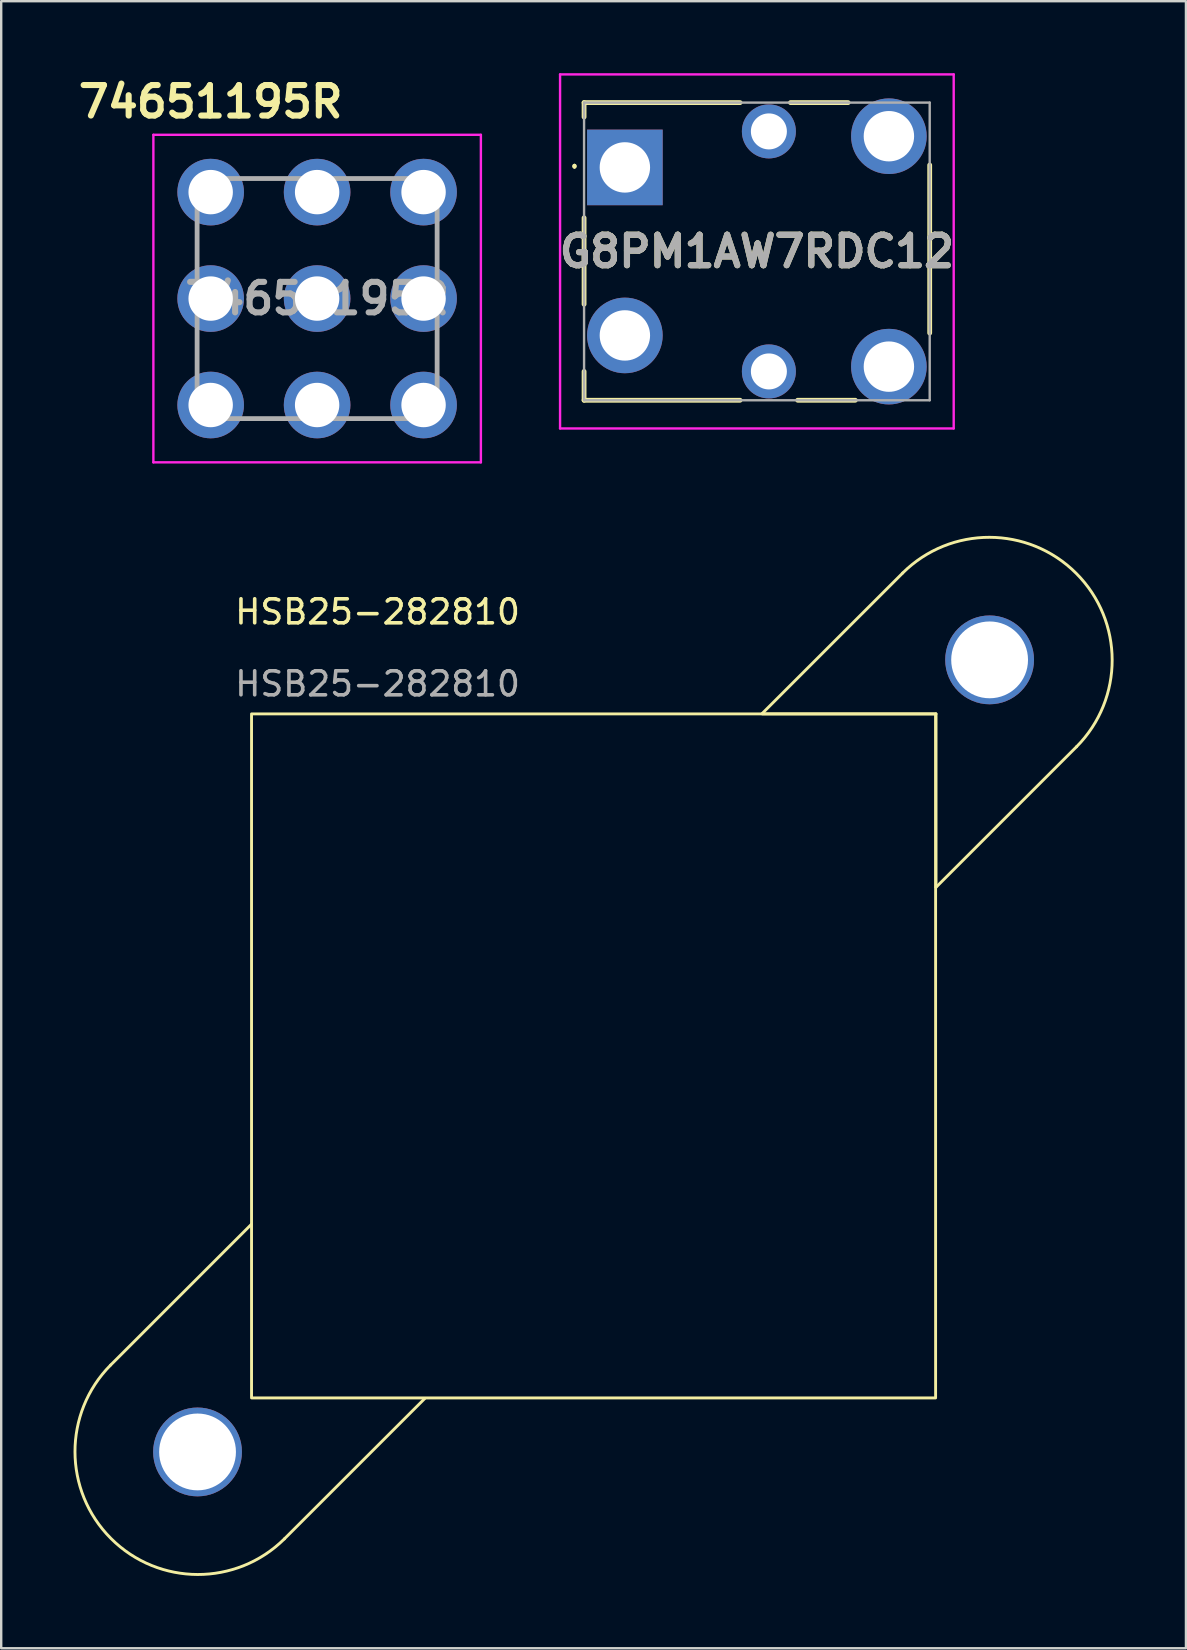
<source format=kicad_pcb>
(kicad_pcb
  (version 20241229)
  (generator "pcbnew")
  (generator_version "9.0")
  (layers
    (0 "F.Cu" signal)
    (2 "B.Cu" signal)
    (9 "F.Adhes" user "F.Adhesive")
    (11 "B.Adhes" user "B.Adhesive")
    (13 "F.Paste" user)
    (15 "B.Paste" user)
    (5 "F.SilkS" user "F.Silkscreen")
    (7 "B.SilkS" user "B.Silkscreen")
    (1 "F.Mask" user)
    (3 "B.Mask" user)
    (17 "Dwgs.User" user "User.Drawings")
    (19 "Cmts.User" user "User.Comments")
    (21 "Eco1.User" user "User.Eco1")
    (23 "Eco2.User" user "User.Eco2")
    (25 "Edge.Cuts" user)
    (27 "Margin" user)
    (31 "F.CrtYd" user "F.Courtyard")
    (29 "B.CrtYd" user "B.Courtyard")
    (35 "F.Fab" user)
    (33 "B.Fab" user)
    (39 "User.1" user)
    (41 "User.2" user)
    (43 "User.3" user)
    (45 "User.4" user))
  (footprint "HSB25-282810"
    (layer "F.Cu")
    (at 21.68 40.942)
    (property "Reference" "HSB25-282810" (at -9 -18.5 0) (unlocked yes) (layer "F.SilkS") (effects (font (size 1 1) (thickness 0.15))))
    (attr through_hole)
    (fp_line (start -20.12 12.88) (end -14.267 7.026) (stroke (width 0.12) (type default)) (layer "F.SilkS"))
    (fp_line (start -12.88 20.12) (end -7.028 14.269) (stroke (width 0.12) (type default)) (layer "F.SilkS"))
    (fp_line (start 12.88 -20.12) (end 7.028 -14.269) (stroke (width 0.12) (type default)) (layer "F.SilkS"))
    (fp_line (start 14.267 -14.25) (end 7.028 -14.25) (stroke (width 0.12) (type default)) (layer "F.SilkS"))
    (fp_line (start 14.267 -7.026) (end 14.267 -14.25) (stroke (width 0.12) (type default)) (layer "F.SilkS"))
    (fp_line (start 20.12 -12.88) (end 14.267 -7.026) (stroke (width 0.12) (type default)) (layer "F.SilkS"))
    (fp_rect (start -14.25 -14.25) (end 14.25 14.25) (stroke (width 0.12) (type default)) (fill no) (layer "F.SilkS"))
    (fp_arc (start -12.879503 20.120497) (mid -20.120497 20.120497) (end -20.120497 12.879503) (stroke (width 0.12) (type default)) (layer "F.SilkS"))
    (fp_arc (start 12.879503 -20.120497) (mid 20.120497 -20.120497) (end 20.120497 -12.879503) (stroke (width 0.12) (type default)) (layer "F.SilkS"))
    (fp_text user "${REFERENCE}" (at -9 -15.5 0) (unlocked yes) (layer "F.Fab") (effects (font (size 1 1) (thickness 0.15))))
    (pad "1" thru_hole circle (at -16.5 16.5) (size 3.7 3.7) (drill 3.2) (property pad_prop_heatsink) (layers "*.Cu" "*.Mask"))
    (pad "1" thru_hole circle (at 16.5 -16.5) (size 3.7 3.7) (drill 3.2) (property pad_prop_heatsink) (layers "*.Cu" "*.Mask")))
  (footprint "74651195R"
    (layer "F.Cu")
    (at 5.727 13.889)
    (property "Reference" "74651195R" (at 0 -12.7 0) (layer "F.SilkS") (effects (font (size 1.27 1.27) (thickness 0.254))))
    (attr through_hole)
    (fp_line (start -0.565 -6.5) (end -0.565 -7) (stroke (width 0.1) (type solid)) (layer "F.SilkS"))
    (fp_line (start -0.565 -2) (end -0.565 -2.5) (stroke (width 0.1) (type solid)) (layer "F.SilkS"))
    (fp_line (start 1.935 -9.5) (end 2.435 -9.5) (stroke (width 0.1) (type solid)) (layer "F.SilkS"))
    (fp_line (start 1.935 0.5) (end 2.435 0.5) (stroke (width 0.1) (type solid)) (layer "F.SilkS"))
    (fp_line (start 6.435 -9.5) (end 6.935 -9.5) (stroke (width 0.1) (type solid)) (layer "F.SilkS"))
    (fp_line (start 6.435 0.5) (end 6.935 0.5) (stroke (width 0.1) (type solid)) (layer "F.SilkS"))
    (fp_line (start 9.435 -7) (end 9.435 -6.5) (stroke (width 0.1) (type solid)) (layer "F.SilkS"))
    (fp_line (start 9.435 -2.5) (end 9.435 -2) (stroke (width 0.1) (type solid)) (layer "F.SilkS"))
    (fp_line (start -2.387 -11.322) (end 11.258 -11.322) (stroke (width 0.1) (type solid)) (layer "F.CrtYd"))
    (fp_line (start -2.387 2.323) (end -2.387 -11.322) (stroke (width 0.1) (type solid)) (layer "F.CrtYd"))
    (fp_line (start 11.258 -11.322) (end 11.258 2.323) (stroke (width 0.1) (type solid)) (layer "F.CrtYd"))
    (fp_line (start 11.258 2.323) (end -2.387 2.323) (stroke (width 0.1) (type solid)) (layer "F.CrtYd"))
    (fp_line (start -0.565 -9.5) (end 9.435 -9.5) (stroke (width 0.2) (type solid)) (layer "F.Fab"))
    (fp_line (start -0.565 0.5) (end -0.565 -9.5) (stroke (width 0.2) (type solid)) (layer "F.Fab"))
    (fp_line (start 9.435 -9.5) (end 9.435 0.5) (stroke (width 0.2) (type solid)) (layer "F.Fab"))
    (fp_line (start 9.435 0.5) (end -0.565 0.5) (stroke (width 0.2) (type solid)) (layer "F.Fab"))
    (fp_text user "${REFERENCE}" (at 4.435 -4.5 0) (layer "F.Fab") (effects (font (size 1.27 1.27) (thickness 0.254))))
    (pad "1" thru_hole circle (at 0 -8.935) (size 2.775 2.775) (drill 1.85) (layers "*.Cu" "*.Mask"))
    (pad "1" thru_hole circle (at 0 -4.5) (size 2.775 2.775) (drill 1.85) (layers "*.Cu" "*.Mask"))
    (pad "1" thru_hole circle (at 0 -0.065) (size 2.775 2.775) (drill 1.85) (layers "*.Cu" "*.Mask"))
    (pad "1" thru_hole circle (at 4.435 -8.935) (size 2.775 2.775) (drill 1.85) (layers "*.Cu" "*.Mask"))
    (pad "1" thru_hole circle (at 4.435 -4.5) (size 2.775 2.775) (drill 1.85) (layers "*.Cu" "*.Mask"))
    (pad "1" thru_hole circle (at 4.435 -0.065) (size 2.775 2.775) (drill 1.85) (layers "*.Cu" "*.Mask"))
    (pad "1" thru_hole circle (at 8.87 -8.935) (size 2.775 2.775) (drill 1.85) (layers "*.Cu" "*.Mask"))
    (pad "1" thru_hole circle (at 8.87 -4.5) (size 2.775 2.775) (drill 1.85) (layers "*.Cu" "*.Mask"))
    (pad "1" thru_hole circle (at 8.87 -0.065) (size 2.775 2.775) (drill 1.85) (layers "*.Cu" "*.Mask")))
  (footprint "G8PM1AW7RDC12"
    (layer "F.Cu")
    (at 22.984 3.925)
    (property "Reference" "G8PM1AW7RDC12" (at 5.5 3.5 0) (layer "F.SilkS") (effects (font (size 1.27 1.27) (thickness 0.254))))
    (attr through_hole)
    (fp_line (start -2.1 -0.1) (end -2.1 -0.1) (stroke (width 0.1) (type solid)) (layer "F.SilkS"))
    (fp_line (start -2.1 0) (end -2.1 0) (stroke (width 0.1) (type solid)) (layer "F.SilkS"))
    (fp_line (start -1.7 -2.7) (end 4.8 -2.7) (stroke (width 0.2) (type solid)) (layer "F.SilkS"))
    (fp_line (start -1.7 -2.1) (end -1.7 -2.7) (stroke (width 0.2) (type solid)) (layer "F.SilkS"))
    (fp_line (start -1.7 2.1) (end -1.7 5.7) (stroke (width 0.2) (type solid)) (layer "F.SilkS"))
    (fp_line (start -1.7 8.5) (end -1.7 9.7) (stroke (width 0.2) (type solid)) (layer "F.SilkS"))
    (fp_line (start -1.7 9.7) (end 4.8 9.7) (stroke (width 0.2) (type solid)) (layer "F.SilkS"))
    (fp_line (start 6.9 -2.7) (end 9.3 -2.7) (stroke (width 0.2) (type solid)) (layer "F.SilkS"))
    (fp_line (start 7.2 9.7) (end 9.6 9.7) (stroke (width 0.2) (type solid)) (layer "F.SilkS"))
    (fp_line (start 12.7 -0.1) (end 12.7 6.9) (stroke (width 0.2) (type solid)) (layer "F.SilkS"))
    (fp_arc (start -2.1 -0.1) (mid -2.05 -0.05) (end -2.1 0) (stroke (width 0.1) (type solid)) (layer "F.SilkS"))
    (fp_arc (start -2.1 0) (mid -2.15 -0.05) (end -2.1 -0.1) (stroke (width 0.1) (type solid)) (layer "F.SilkS"))
    (fp_line (start -2.7 -3.875) (end 13.7 -3.875) (stroke (width 0.1) (type solid)) (layer "F.CrtYd"))
    (fp_line (start -2.7 10.875) (end -2.7 -3.875) (stroke (width 0.1) (type solid)) (layer "F.CrtYd"))
    (fp_line (start 13.7 -3.875) (end 13.7 10.875) (stroke (width 0.1) (type solid)) (layer "F.CrtYd"))
    (fp_line (start 13.7 10.875) (end -2.7 10.875) (stroke (width 0.1) (type solid)) (layer "F.CrtYd"))
    (fp_line (start -1.7 -2.7) (end 12.7 -2.7) (stroke (width 0.1) (type solid)) (layer "F.Fab"))
    (fp_line (start -1.7 9.7) (end -1.7 -2.7) (stroke (width 0.1) (type solid)) (layer "F.Fab"))
    (fp_line (start 12.7 -2.7) (end 12.7 9.7) (stroke (width 0.1) (type solid)) (layer "F.Fab"))
    (fp_line (start 12.7 9.7) (end -1.7 9.7) (stroke (width 0.1) (type solid)) (layer "F.Fab"))
    (fp_text user "${REFERENCE}" (at 5.5 3.5 0) (layer "F.Fab") (effects (font (size 1.27 1.27) (thickness 0.254))))
    (pad "1" thru_hole rect (at 0 0) (size 3.15 3.15) (drill 2.1) (layers "*.Cu" "*.Mask"))
    (pad "2" thru_hole circle (at 0 7) (size 3.15 3.15) (drill 2.1) (layers "*.Cu" "*.Mask"))
    (pad "3" thru_hole circle (at 6 8.5) (size 2.25 2.25) (drill 1.5) (layers "*.Cu" "*.Mask"))
    (pad "4" thru_hole circle (at 11 8.3) (size 3.15 3.15) (drill 2.1) (layers "*.Cu" "*.Mask"))
    (pad "5" thru_hole circle (at 11 -1.3) (size 3.15 3.15) (drill 2.1) (layers "*.Cu" "*.Mask"))
    (pad "6" thru_hole circle (at 6 -1.5) (size 2.25 2.25) (drill 1.5) (layers "*.Cu" "*.Mask")))
  (gr_rect
    (start -3 -3)
    (end 46.36 65.622)
    (stroke (width 0.1) (type default))
    (fill no)
    (layer "Edge.Cuts")))
</source>
